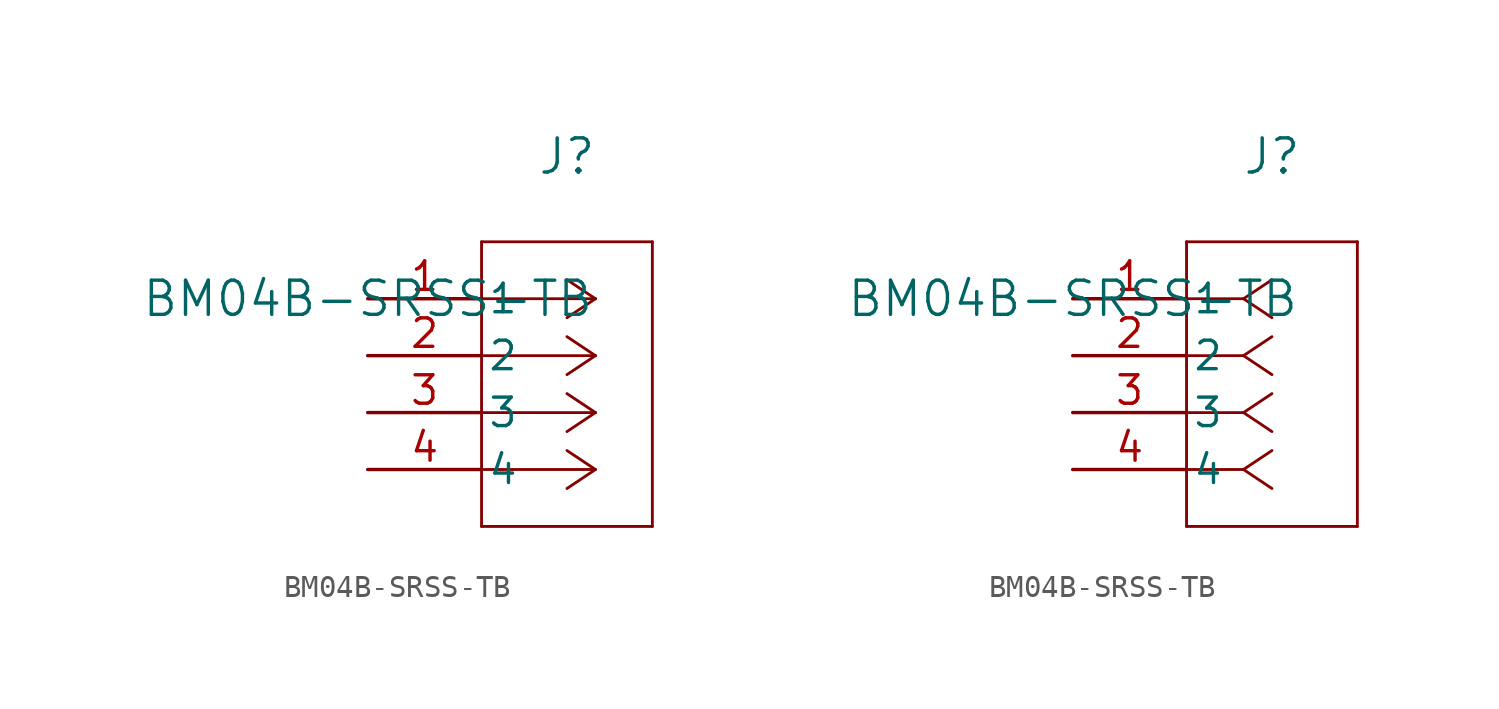
<source format=kicad_sym>
(kicad_symbol_lib
  (version 20241209)
  (generator "kicad_symbol_editor")
  (generator_version "9.0")
  (symbol "BM04B-SRSS-TB"
    (pin_names
      (offset 0.254))
    (property "Reference" "J"
      (at 8.89 6.35 0)
      (effects (font (size 1.524 1.524))))
    (property "Value" "BM04B-SRSS-TB"
      (at 0 0 0)
      (effects (font (size 1.524 1.524))))
    (property "ki_locked" ""
      (at 0 0 0)
      (effects (font (size 1.27 1.27))))
    (symbol "BM04B-SRSS-TB_1_1"
      (polyline (pts (xy 5.08 2.54) (xy 5.08 -10.16)) (stroke (width 0.127) (type default)) (fill (type none)))
      (polyline (pts (xy 5.08 -10.16) (xy 12.7 -10.16)) (stroke (width 0.127) (type default)) (fill (type none)))
      (polyline (pts (xy 10.16 0) (xy 5.08 0)) (stroke (width 0.127) (type default)) (fill (type none)))
      (polyline (pts (xy 10.16 0) (xy 8.89 0.847)) (stroke (width 0.127) (type default)) (fill (type none)))
      (polyline (pts (xy 10.16 0) (xy 8.89 -0.847)) (stroke (width 0.127) (type default)) (fill (type none)))
      (polyline (pts (xy 10.16 -2.54) (xy 5.08 -2.54)) (stroke (width 0.127) (type default)) (fill (type none)))
      (polyline (pts (xy 10.16 -2.54) (xy 8.89 -1.693)) (stroke (width 0.127) (type default)) (fill (type none)))
      (polyline (pts (xy 10.16 -2.54) (xy 8.89 -3.387)) (stroke (width 0.127) (type default)) (fill (type none)))
      (polyline (pts (xy 10.16 -5.08) (xy 5.08 -5.08)) (stroke (width 0.127) (type default)) (fill (type none)))
      (polyline (pts (xy 10.16 -5.08) (xy 8.89 -4.233)) (stroke (width 0.127) (type default)) (fill (type none)))
      (polyline (pts (xy 10.16 -5.08) (xy 8.89 -5.927)) (stroke (width 0.127) (type default)) (fill (type none)))
      (polyline (pts (xy 10.16 -7.62) (xy 5.08 -7.62)) (stroke (width 0.127) (type default)) (fill (type none)))
      (polyline (pts (xy 10.16 -7.62) (xy 8.89 -6.773)) (stroke (width 0.127) (type default)) (fill (type none)))
      (polyline (pts (xy 10.16 -7.62) (xy 8.89 -8.467)) (stroke (width 0.127) (type default)) (fill (type none)))
      (polyline (pts (xy 12.7 2.54) (xy 5.08 2.54)) (stroke (width 0.127) (type default)) (fill (type none)))
      (polyline (pts (xy 12.7 -10.16) (xy 12.7 2.54)) (stroke (width 0.127) (type default)) (fill (type none)))
      (pin unspecified line (at 0 0 0) (length 5.08) (name "1" (effects (font (size 1.27 1.27)))) (number "1" (effects (font (size 1.27 1.27)))))
      (pin unspecified line (at 0 -2.54 0) (length 5.08) (name "2" (effects (font (size 1.27 1.27)))) (number "2" (effects (font (size 1.27 1.27)))))
      (pin unspecified line (at 0 -5.08 0) (length 5.08) (name "3" (effects (font (size 1.27 1.27)))) (number "3" (effects (font (size 1.27 1.27)))))
      (pin unspecified line (at 0 -7.62 0) (length 5.08) (name "4" (effects (font (size 1.27 1.27)))) (number "4" (effects (font (size 1.27 1.27))))))
    (symbol "BM04B-SRSS-TB_1_2"
      (polyline (pts (xy 5.08 2.54) (xy 5.08 -10.16)) (stroke (width 0.127) (type default)) (fill (type none)))
      (polyline (pts (xy 5.08 -10.16) (xy 12.7 -10.16)) (stroke (width 0.127) (type default)) (fill (type none)))
      (polyline (pts (xy 7.62 0) (xy 5.08 0)) (stroke (width 0.127) (type default)) (fill (type none)))
      (polyline (pts (xy 7.62 0) (xy 8.89 0.847)) (stroke (width 0.127) (type default)) (fill (type none)))
      (polyline (pts (xy 7.62 0) (xy 8.89 -0.847)) (stroke (width 0.127) (type default)) (fill (type none)))
      (polyline (pts (xy 7.62 -2.54) (xy 5.08 -2.54)) (stroke (width 0.127) (type default)) (fill (type none)))
      (polyline (pts (xy 7.62 -2.54) (xy 8.89 -1.693)) (stroke (width 0.127) (type default)) (fill (type none)))
      (polyline (pts (xy 7.62 -2.54) (xy 8.89 -3.387)) (stroke (width 0.127) (type default)) (fill (type none)))
      (polyline (pts (xy 7.62 -5.08) (xy 5.08 -5.08)) (stroke (width 0.127) (type default)) (fill (type none)))
      (polyline (pts (xy 7.62 -5.08) (xy 8.89 -4.233)) (stroke (width 0.127) (type default)) (fill (type none)))
      (polyline (pts (xy 7.62 -5.08) (xy 8.89 -5.927)) (stroke (width 0.127) (type default)) (fill (type none)))
      (polyline (pts (xy 7.62 -7.62) (xy 5.08 -7.62)) (stroke (width 0.127) (type default)) (fill (type none)))
      (polyline (pts (xy 7.62 -7.62) (xy 8.89 -6.773)) (stroke (width 0.127) (type default)) (fill (type none)))
      (polyline (pts (xy 7.62 -7.62) (xy 8.89 -8.467)) (stroke (width 0.127) (type default)) (fill (type none)))
      (polyline (pts (xy 12.7 2.54) (xy 5.08 2.54)) (stroke (width 0.127) (type default)) (fill (type none)))
      (polyline (pts (xy 12.7 -10.16) (xy 12.7 2.54)) (stroke (width 0.127) (type default)) (fill (type none)))
      (pin unspecified line (at 0 0 0) (length 5.08) (name "1" (effects (font (size 1.27 1.27)))) (number "1" (effects (font (size 1.27 1.27)))))
      (pin unspecified line (at 0 -2.54 0) (length 5.08) (name "2" (effects (font (size 1.27 1.27)))) (number "2" (effects (font (size 1.27 1.27)))))
      (pin unspecified line (at 0 -5.08 0) (length 5.08) (name "3" (effects (font (size 1.27 1.27)))) (number "3" (effects (font (size 1.27 1.27)))))
      (pin unspecified line (at 0 -7.62 0) (length 5.08) (name "4" (effects (font (size 1.27 1.27)))) (number "4" (effects (font (size 1.27 1.27))))))))
</source>
